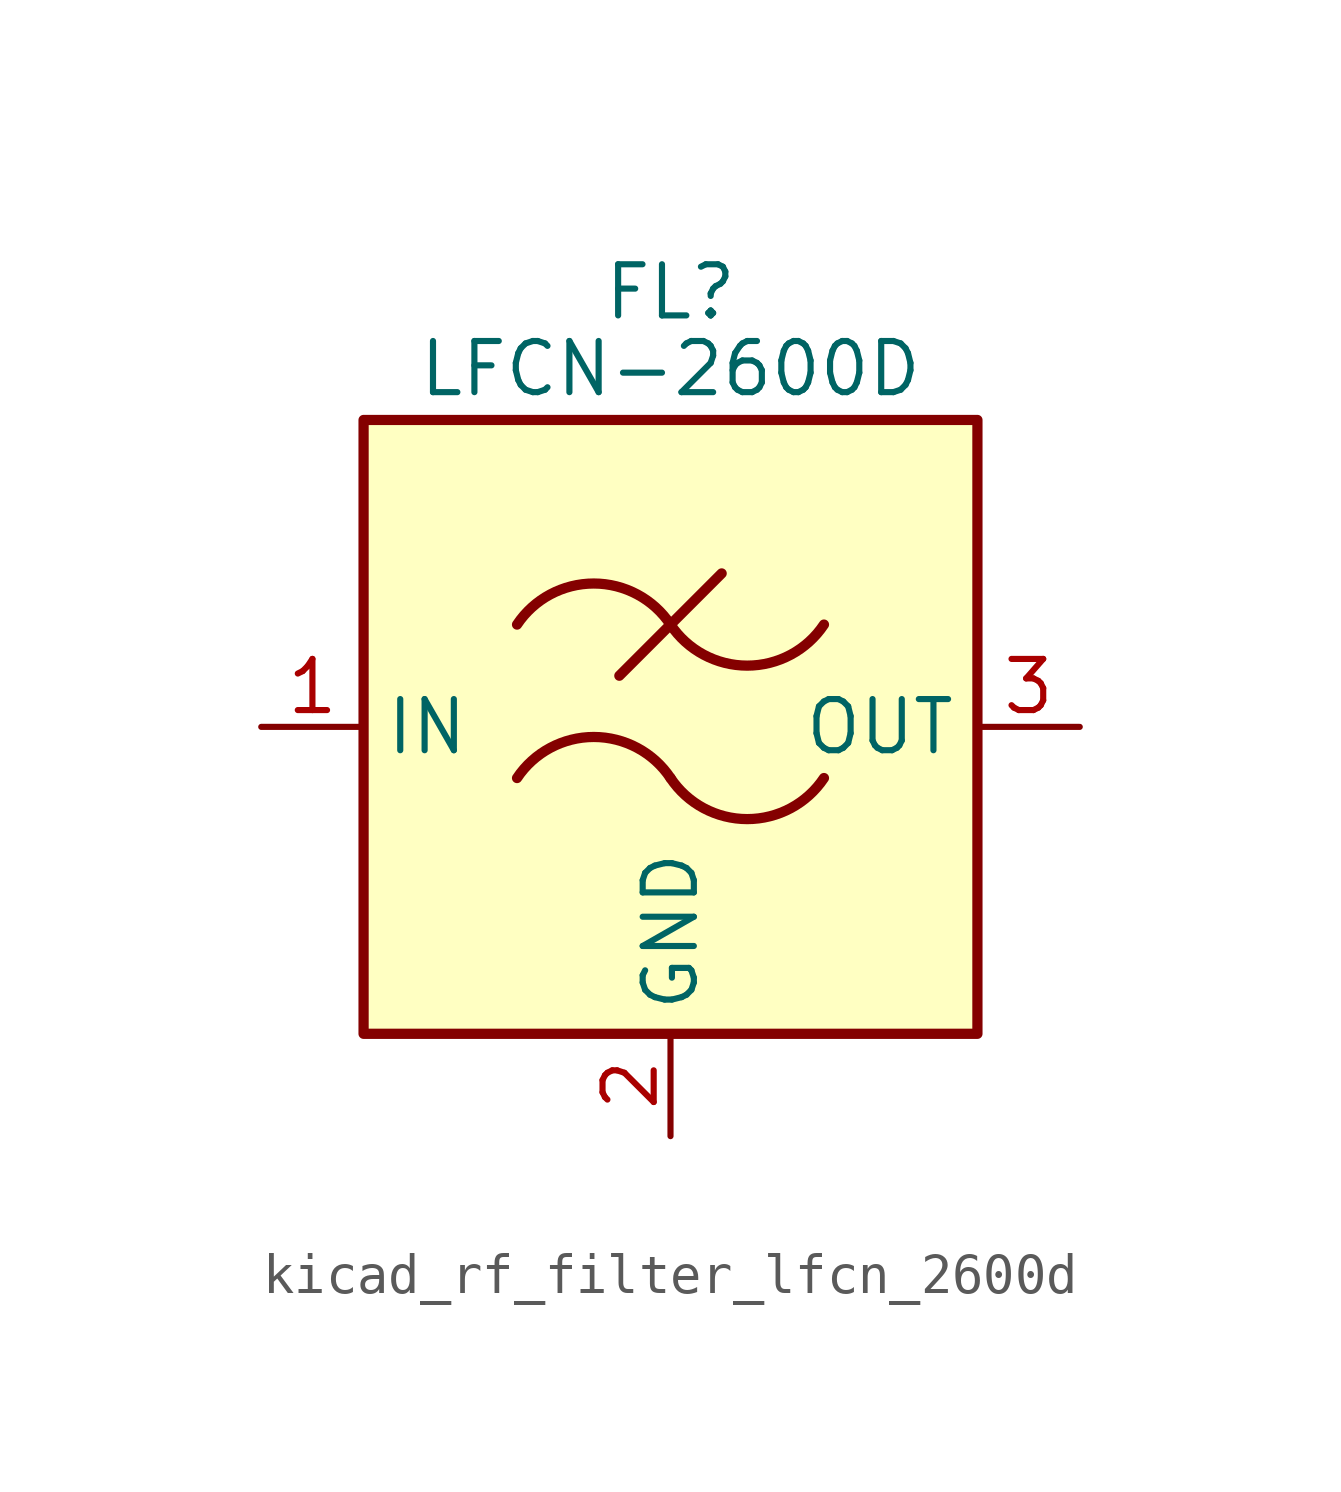
<source format=kicad_sym>
(kicad_symbol_lib
  (version 20220914)
  (generator kicad_symbol_editor)
  (symbol "kicad_rf_filter_lfcn_2600d"
    (property "Reference" "FL"
      (at 0 10.795 0)
      (effects (font (size 1.27 1.27))))
    (property "Value" "LFCN-2600D"
      (at 0 8.89 0)
      (effects (font (size 1.27 1.27))))
    (symbol "kicad_rf_filter_lfcn_2600d_0_1"
      (rectangle (start -7.62 7.62) (end 7.62 -7.62) (stroke (width 0.254) (type default)) (fill (type background)))
      (arc (start 0 -1.27) (mid -1.905 -0.2505) (end -3.81 -1.27) (stroke (width 0.254) (type default)) (fill (type none)))
      (arc (start 0 -1.27) (mid 1.905 -2.2895) (end 3.81 -1.27) (stroke (width 0.254) (type default)) (fill (type none)))
      (polyline (pts (xy -1.27 1.27) (xy 1.27 3.81)) (stroke (width 0.254) (type default)) (fill (type none)))
      (arc (start 0 2.54) (mid -1.905 3.5595) (end -3.81 2.54) (stroke (width 0.254) (type default)) (fill (type none)))
      (arc (start 0 2.54) (mid 1.905 1.5205) (end 3.81 2.54) (stroke (width 0.254) (type default)) (fill (type none))))
    (symbol "kicad_rf_filter_lfcn_2600d_1_1"
      (pin passive line (at -10.16 0 0) (length 2.54) (name "IN" (effects (font (size 1.27 1.27)))) (number "1" (effects (font (size 1.27 1.27)))))
      (pin passive line (at 0 -10.16 90) (length 2.54) (name "GND" (effects (font (size 1.27 1.27)))) (number "2" (effects (font (size 1.27 1.27)))))
      (pin passive line (at 10.16 0 180) (length 2.54) (name "OUT" (effects (font (size 1.27 1.27)))) (number "3" (effects (font (size 1.27 1.27)))))
      (pin passive line (at 0 -10.16 90) (length 2.54) hide (name "GND" (effects (font (size 1.27 1.27)))) (number "4" (effects (font (size 1.27 1.27))))))))
</source>
